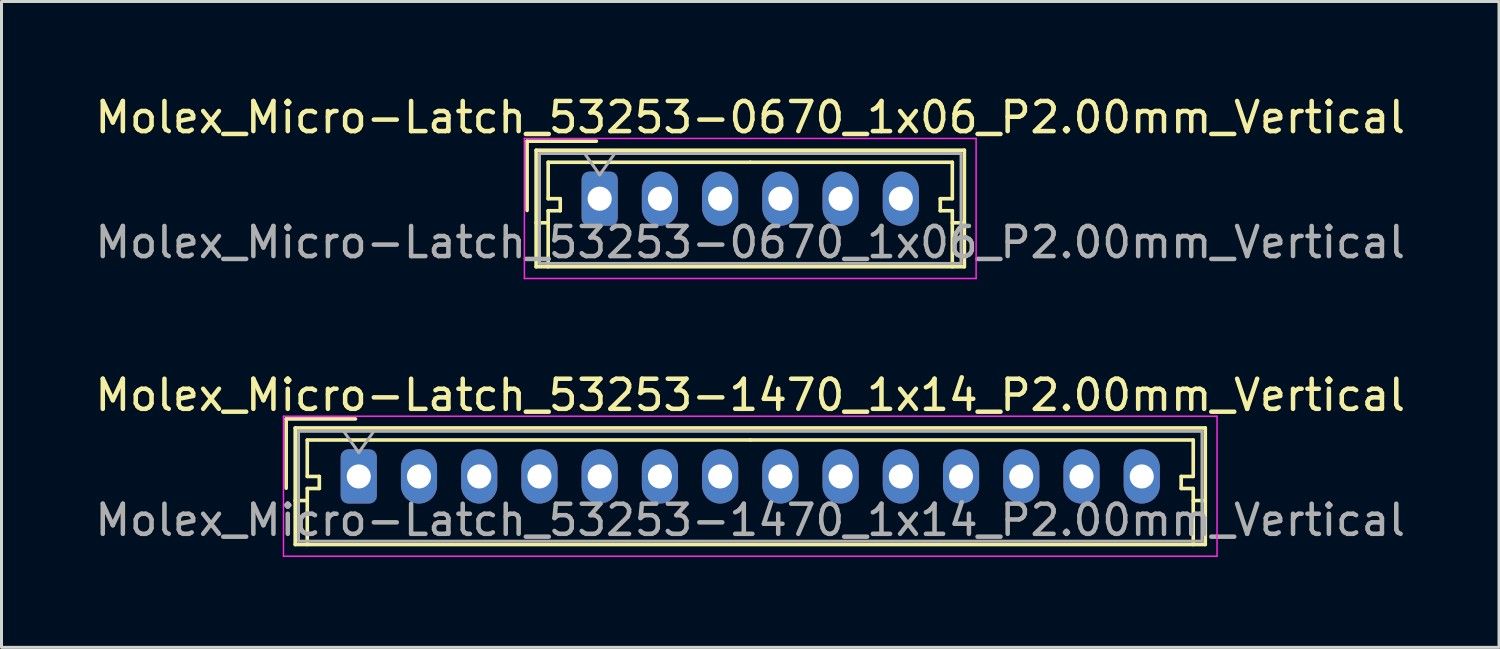
<source format=kicad_pcb>
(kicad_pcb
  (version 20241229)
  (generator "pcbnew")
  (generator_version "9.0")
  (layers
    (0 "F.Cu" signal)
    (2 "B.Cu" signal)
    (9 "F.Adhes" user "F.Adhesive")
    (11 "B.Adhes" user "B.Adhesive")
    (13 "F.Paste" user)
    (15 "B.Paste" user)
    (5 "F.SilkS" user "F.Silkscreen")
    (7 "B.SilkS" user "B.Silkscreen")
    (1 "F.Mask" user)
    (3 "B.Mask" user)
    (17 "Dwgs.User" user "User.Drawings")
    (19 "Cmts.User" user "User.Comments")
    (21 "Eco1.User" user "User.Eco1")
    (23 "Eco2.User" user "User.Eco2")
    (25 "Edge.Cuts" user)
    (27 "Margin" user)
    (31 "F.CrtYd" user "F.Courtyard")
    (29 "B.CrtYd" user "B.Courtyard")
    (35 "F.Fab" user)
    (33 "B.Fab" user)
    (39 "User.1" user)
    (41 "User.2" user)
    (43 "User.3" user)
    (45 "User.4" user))
  (footprint "Molex_Micro-Latch_53253-1470_1x14_P2.00mm_Vertical"
    (layer "F.Cu")
    (at 8.863 12.771)
    (property "Reference" "Molex_Micro-Latch_53253-1470_1x14_P2.00mm_Vertical" (at 13 -2.7 0) (layer "F.SilkS") (effects (font (size 1 1) (thickness 0.15))))
    (attr through_hole)
    (fp_line (start -2.41 -1.91) (end -2.41 0.39) (stroke (width 0.12) (type solid)) (layer "F.SilkS"))
    (fp_line (start -2.11 -1.61) (end -2.11 2.26) (stroke (width 0.12) (type solid)) (layer "F.SilkS"))
    (fp_line (start -2.11 0.8) (end -1.71 0.8) (stroke (width 0.12) (type solid)) (layer "F.SilkS"))
    (fp_line (start -2.11 2.26) (end 28.11 2.26) (stroke (width 0.12) (type solid)) (layer "F.SilkS"))
    (fp_line (start -1.71 -1.21) (end -1.71 0) (stroke (width 0.12) (type solid)) (layer "F.SilkS"))
    (fp_line (start -1.71 0) (end -1.31 0) (stroke (width 0.12) (type solid)) (layer "F.SilkS"))
    (fp_line (start -1.71 0.4) (end -1.71 2.26) (stroke (width 0.12) (type solid)) (layer "F.SilkS"))
    (fp_line (start -1.31 0) (end -1.31 0.4) (stroke (width 0.12) (type solid)) (layer "F.SilkS"))
    (fp_line (start -1.31 0.4) (end -1.71 0.4) (stroke (width 0.12) (type solid)) (layer "F.SilkS"))
    (fp_line (start -0.11 -1.91) (end -2.41 -1.91) (stroke (width 0.12) (type solid)) (layer "F.SilkS"))
    (fp_line (start 13 -1.21) (end -1.71 -1.21) (stroke (width 0.12) (type solid)) (layer "F.SilkS"))
    (fp_line (start 13 -1.21) (end 27.71 -1.21) (stroke (width 0.12) (type solid)) (layer "F.SilkS"))
    (fp_line (start 27.31 0) (end 27.31 0.4) (stroke (width 0.12) (type solid)) (layer "F.SilkS"))
    (fp_line (start 27.31 0.4) (end 27.71 0.4) (stroke (width 0.12) (type solid)) (layer "F.SilkS"))
    (fp_line (start 27.71 -1.21) (end 27.71 0) (stroke (width 0.12) (type solid)) (layer "F.SilkS"))
    (fp_line (start 27.71 0) (end 27.31 0) (stroke (width 0.12) (type solid)) (layer "F.SilkS"))
    (fp_line (start 27.71 0.4) (end 27.71 2.26) (stroke (width 0.12) (type solid)) (layer "F.SilkS"))
    (fp_line (start 28.11 -1.61) (end -2.11 -1.61) (stroke (width 0.12) (type solid)) (layer "F.SilkS"))
    (fp_line (start 28.11 0.8) (end 27.71 0.8) (stroke (width 0.12) (type solid)) (layer "F.SilkS"))
    (fp_line (start 28.11 2.26) (end 28.11 -1.61) (stroke (width 0.12) (type solid)) (layer "F.SilkS"))
    (fp_line (start -2.5 -2) (end -2.5 2.65) (stroke (width 0.05) (type solid)) (layer "F.CrtYd"))
    (fp_line (start -2.5 2.65) (end 28.5 2.65) (stroke (width 0.05) (type solid)) (layer "F.CrtYd"))
    (fp_line (start 28.5 -2) (end -2.5 -2) (stroke (width 0.05) (type solid)) (layer "F.CrtYd"))
    (fp_line (start 28.5 2.65) (end 28.5 -2) (stroke (width 0.05) (type solid)) (layer "F.CrtYd"))
    (fp_line (start -2 -1.5) (end -2 2.15) (stroke (width 0.1) (type solid)) (layer "F.Fab"))
    (fp_line (start -2 2.15) (end 28 2.15) (stroke (width 0.1) (type solid)) (layer "F.Fab"))
    (fp_line (start -0.5 -1.5) (end 0 -0.793) (stroke (width 0.1) (type solid)) (layer "F.Fab"))
    (fp_line (start 0 -0.793) (end 0.5 -1.5) (stroke (width 0.1) (type solid)) (layer "F.Fab"))
    (fp_line (start 28 -1.5) (end -2 -1.5) (stroke (width 0.1) (type solid)) (layer "F.Fab"))
    (fp_line (start 28 2.15) (end 28 -1.5) (stroke (width 0.1) (type solid)) (layer "F.Fab"))
    (fp_text user "${REFERENCE}" (at 13 1.45 0) (layer "F.Fab") (effects (font (size 1 1) (thickness 0.15))))
    (pad "1" thru_hole roundrect (at 0 0) (size 1.2 1.8) (drill 0.8) (layers "*.Cu" "*.Mask") (roundrect_rratio 0.208))
    (pad "2" thru_hole oval (at 2 0) (size 1.2 1.8) (drill 0.8) (layers "*.Cu" "*.Mask"))
    (pad "3" thru_hole oval (at 4 0) (size 1.2 1.8) (drill 0.8) (layers "*.Cu" "*.Mask"))
    (pad "4" thru_hole oval (at 6 0) (size 1.2 1.8) (drill 0.8) (layers "*.Cu" "*.Mask"))
    (pad "5" thru_hole oval (at 8 0) (size 1.2 1.8) (drill 0.8) (layers "*.Cu" "*.Mask"))
    (pad "6" thru_hole oval (at 10 0) (size 1.2 1.8) (drill 0.8) (layers "*.Cu" "*.Mask"))
    (pad "7" thru_hole oval (at 12 0) (size 1.2 1.8) (drill 0.8) (layers "*.Cu" "*.Mask"))
    (pad "8" thru_hole oval (at 14 0) (size 1.2 1.8) (drill 0.8) (layers "*.Cu" "*.Mask"))
    (pad "9" thru_hole oval (at 16 0) (size 1.2 1.8) (drill 0.8) (layers "*.Cu" "*.Mask"))
    (pad "10" thru_hole oval (at 18 0) (size 1.2 1.8) (drill 0.8) (layers "*.Cu" "*.Mask"))
    (pad "11" thru_hole oval (at 20 0) (size 1.2 1.8) (drill 0.8) (layers "*.Cu" "*.Mask"))
    (pad "12" thru_hole oval (at 22 0) (size 1.2 1.8) (drill 0.8) (layers "*.Cu" "*.Mask"))
    (pad "13" thru_hole oval (at 24 0) (size 1.2 1.8) (drill 0.8) (layers "*.Cu" "*.Mask"))
    (pad "14" thru_hole oval (at 26 0) (size 1.2 1.8) (drill 0.8) (layers "*.Cu" "*.Mask")))
  (footprint "Molex_Micro-Latch_53253-0670_1x06_P2.00mm_Vertical"
    (layer "F.Cu")
    (at 16.863 3.548)
    (property "Reference" "Molex_Micro-Latch_53253-0670_1x06_P2.00mm_Vertical" (at 5 -2.7 0) (layer "F.SilkS") (effects (font (size 1 1) (thickness 0.15))))
    (attr through_hole)
    (fp_line (start -2.41 -1.91) (end -2.41 0.39) (stroke (width 0.12) (type solid)) (layer "F.SilkS"))
    (fp_line (start -2.11 -1.61) (end -2.11 2.26) (stroke (width 0.12) (type solid)) (layer "F.SilkS"))
    (fp_line (start -2.11 0.8) (end -1.71 0.8) (stroke (width 0.12) (type solid)) (layer "F.SilkS"))
    (fp_line (start -2.11 2.26) (end 12.11 2.26) (stroke (width 0.12) (type solid)) (layer "F.SilkS"))
    (fp_line (start -1.71 -1.21) (end -1.71 0) (stroke (width 0.12) (type solid)) (layer "F.SilkS"))
    (fp_line (start -1.71 0) (end -1.31 0) (stroke (width 0.12) (type solid)) (layer "F.SilkS"))
    (fp_line (start -1.71 0.4) (end -1.71 2.26) (stroke (width 0.12) (type solid)) (layer "F.SilkS"))
    (fp_line (start -1.31 0) (end -1.31 0.4) (stroke (width 0.12) (type solid)) (layer "F.SilkS"))
    (fp_line (start -1.31 0.4) (end -1.71 0.4) (stroke (width 0.12) (type solid)) (layer "F.SilkS"))
    (fp_line (start -0.11 -1.91) (end -2.41 -1.91) (stroke (width 0.12) (type solid)) (layer "F.SilkS"))
    (fp_line (start 5 -1.21) (end -1.71 -1.21) (stroke (width 0.12) (type solid)) (layer "F.SilkS"))
    (fp_line (start 5 -1.21) (end 11.71 -1.21) (stroke (width 0.12) (type solid)) (layer "F.SilkS"))
    (fp_line (start 11.31 0) (end 11.31 0.4) (stroke (width 0.12) (type solid)) (layer "F.SilkS"))
    (fp_line (start 11.31 0.4) (end 11.71 0.4) (stroke (width 0.12) (type solid)) (layer "F.SilkS"))
    (fp_line (start 11.71 -1.21) (end 11.71 0) (stroke (width 0.12) (type solid)) (layer "F.SilkS"))
    (fp_line (start 11.71 0) (end 11.31 0) (stroke (width 0.12) (type solid)) (layer "F.SilkS"))
    (fp_line (start 11.71 0.4) (end 11.71 2.26) (stroke (width 0.12) (type solid)) (layer "F.SilkS"))
    (fp_line (start 12.11 -1.61) (end -2.11 -1.61) (stroke (width 0.12) (type solid)) (layer "F.SilkS"))
    (fp_line (start 12.11 0.8) (end 11.71 0.8) (stroke (width 0.12) (type solid)) (layer "F.SilkS"))
    (fp_line (start 12.11 2.26) (end 12.11 -1.61) (stroke (width 0.12) (type solid)) (layer "F.SilkS"))
    (fp_line (start -2.5 -2) (end -2.5 2.65) (stroke (width 0.05) (type solid)) (layer "F.CrtYd"))
    (fp_line (start -2.5 2.65) (end 12.5 2.65) (stroke (width 0.05) (type solid)) (layer "F.CrtYd"))
    (fp_line (start 12.5 -2) (end -2.5 -2) (stroke (width 0.05) (type solid)) (layer "F.CrtYd"))
    (fp_line (start 12.5 2.65) (end 12.5 -2) (stroke (width 0.05) (type solid)) (layer "F.CrtYd"))
    (fp_line (start -2 -1.5) (end -2 2.15) (stroke (width 0.1) (type solid)) (layer "F.Fab"))
    (fp_line (start -2 2.15) (end 12 2.15) (stroke (width 0.1) (type solid)) (layer "F.Fab"))
    (fp_line (start -0.5 -1.5) (end 0 -0.793) (stroke (width 0.1) (type solid)) (layer "F.Fab"))
    (fp_line (start 0 -0.793) (end 0.5 -1.5) (stroke (width 0.1) (type solid)) (layer "F.Fab"))
    (fp_line (start 12 -1.5) (end -2 -1.5) (stroke (width 0.1) (type solid)) (layer "F.Fab"))
    (fp_line (start 12 2.15) (end 12 -1.5) (stroke (width 0.1) (type solid)) (layer "F.Fab"))
    (fp_text user "${REFERENCE}" (at 5 1.45 0) (layer "F.Fab") (effects (font (size 1 1) (thickness 0.15))))
    (pad "1" thru_hole roundrect (at 0 0) (size 1.2 1.8) (drill 0.8) (layers "*.Cu" "*.Mask") (roundrect_rratio 0.208))
    (pad "2" thru_hole oval (at 2 0) (size 1.2 1.8) (drill 0.8) (layers "*.Cu" "*.Mask"))
    (pad "3" thru_hole oval (at 4 0) (size 1.2 1.8) (drill 0.8) (layers "*.Cu" "*.Mask"))
    (pad "4" thru_hole oval (at 6 0) (size 1.2 1.8) (drill 0.8) (layers "*.Cu" "*.Mask"))
    (pad "5" thru_hole oval (at 8 0) (size 1.2 1.8) (drill 0.8) (layers "*.Cu" "*.Mask"))
    (pad "6" thru_hole oval (at 10 0) (size 1.2 1.8) (drill 0.8) (layers "*.Cu" "*.Mask")))
  (gr_rect
    (start -3 -3)
    (end 46.726 18.447)
    (stroke (width 0.1) (type default))
    (fill no)
    (layer "Edge.Cuts")))
</source>
